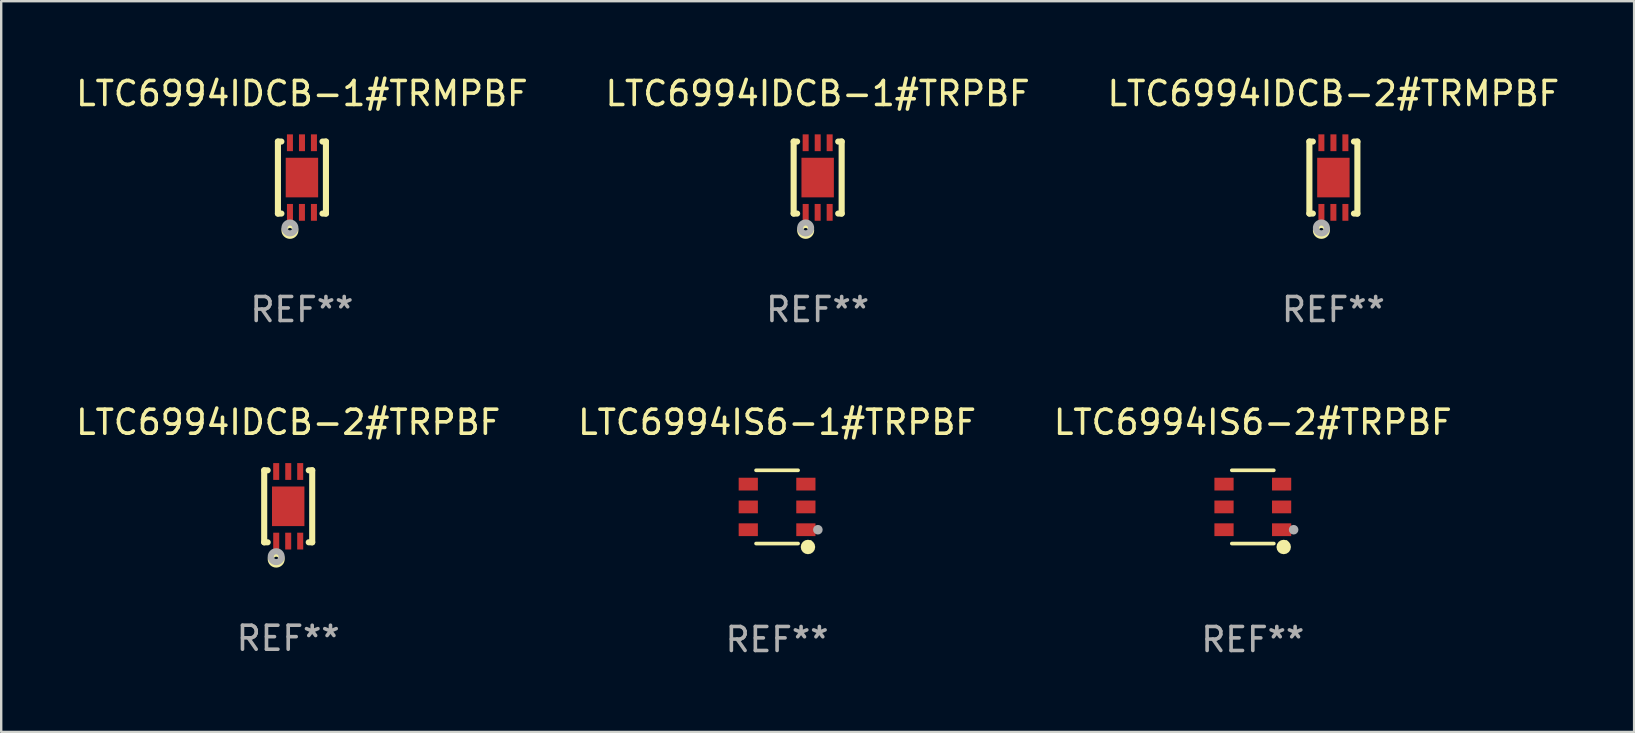
<source format=kicad_pcb>
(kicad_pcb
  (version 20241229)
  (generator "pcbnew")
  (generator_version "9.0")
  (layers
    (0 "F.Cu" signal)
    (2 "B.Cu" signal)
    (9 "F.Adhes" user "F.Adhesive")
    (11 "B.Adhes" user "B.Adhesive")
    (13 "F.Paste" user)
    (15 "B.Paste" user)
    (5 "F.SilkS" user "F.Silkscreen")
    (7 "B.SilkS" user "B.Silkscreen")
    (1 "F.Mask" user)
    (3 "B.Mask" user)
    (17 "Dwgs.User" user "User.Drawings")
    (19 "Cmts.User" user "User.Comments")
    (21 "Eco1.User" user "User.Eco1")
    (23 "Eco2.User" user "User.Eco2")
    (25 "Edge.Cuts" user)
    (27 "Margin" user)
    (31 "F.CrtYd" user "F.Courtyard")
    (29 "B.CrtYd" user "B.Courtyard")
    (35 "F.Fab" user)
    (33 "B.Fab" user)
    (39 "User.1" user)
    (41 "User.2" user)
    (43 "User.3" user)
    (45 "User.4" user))
  (footprint "LTC6994IDCB-1#TRPBF"
    (layer "F.Cu")
    (at 31.018 4.348)
    (property "Reference" "LTC6994IDCB-1#TRPBF" (at 0 -3.5 0) (layer "F.SilkS") (effects (font (size 1 1) (thickness 0.15))))
    (attr through_hole)
    (fp_line (start -1 1.5) (end -1 -1.5) (stroke (width 0.254) (type solid)) (layer "F.SilkS"))
    (fp_line (start -0.856 -1.5) (end -1 -1.5) (stroke (width 0.254) (type solid)) (layer "F.SilkS"))
    (fp_line (start -0.855 1.5) (end -1 1.5) (stroke (width 0.254) (type solid)) (layer "F.SilkS"))
    (fp_line (start 1 -1.5) (end 0.856 -1.5) (stroke (width 0.254) (type solid)) (layer "F.SilkS"))
    (fp_line (start 1 1.5) (end 0.856 1.5) (stroke (width 0.254) (type solid)) (layer "F.SilkS"))
    (fp_line (start 1 1.5) (end 1 -1.5) (stroke (width 0.254) (type solid)) (layer "F.SilkS"))
    (fp_circle (center -1 1.5) (end -0.97 1.5) (stroke (width 0.06) (type solid)) (fill no) (layer "F.SilkS"))
    (fp_circle (center -0.5 2.2) (end -0.4 2.2) (stroke (width 0.254) (type solid)) (fill no) (layer "F.SilkS"))
    (fp_circle (center -0.5 2.1) (end -0.4 2.1) (stroke (width 0.254) (type solid)) (fill no) (layer "F.Fab"))
    (fp_text user "REF**" (at 0 5.5 0) (layer "F.Fab") (effects (font (size 1 1) (thickness 0.15))))
    (pad "1" smd rect (at -0.499 1.45 180) (size 0.25 0.7) (layers "F.Cu" "F.Mask" "F.Paste"))
    (pad "2" smd rect (at 0.000025 1.45 180) (size 0.25 0.7) (layers "F.Cu" "F.Mask" "F.Paste"))
    (pad "3" smd rect (at 0.5 1.45 180) (size 0.25 0.7) (layers "F.Cu" "F.Mask" "F.Paste"))
    (pad "4" smd rect (at 0.5 -1.45 180) (size 0.25 0.7) (layers "F.Cu" "F.Mask" "F.Paste"))
    (pad "5" smd rect (at 0.002 -1.45 180) (size 0.25 0.7) (layers "F.Cu" "F.Mask" "F.Paste"))
    (pad "6" smd rect (at -0.5 -1.45 180) (size 0.25 0.7) (layers "F.Cu" "F.Mask" "F.Paste"))
    (pad "7" smd rect (at 0.000025 0.000038 180) (size 1.35 1.65) (layers "F.Cu" "F.Mask" "F.Paste")))
  (footprint "LTC6994IDCB-2#TRMPBF"
    (layer "F.Cu")
    (at 52.506 4.348)
    (property "Reference" "LTC6994IDCB-2#TRMPBF" (at 0 -3.5 0) (layer "F.SilkS") (effects (font (size 1 1) (thickness 0.15))))
    (attr through_hole)
    (fp_line (start -1 1.5) (end -1 -1.5) (stroke (width 0.254) (type solid)) (layer "F.SilkS"))
    (fp_line (start -0.856 -1.5) (end -1 -1.5) (stroke (width 0.254) (type solid)) (layer "F.SilkS"))
    (fp_line (start -0.855 1.5) (end -1 1.5) (stroke (width 0.254) (type solid)) (layer "F.SilkS"))
    (fp_line (start 1 -1.5) (end 0.856 -1.5) (stroke (width 0.254) (type solid)) (layer "F.SilkS"))
    (fp_line (start 1 1.5) (end 0.856 1.5) (stroke (width 0.254) (type solid)) (layer "F.SilkS"))
    (fp_line (start 1 1.5) (end 1 -1.5) (stroke (width 0.254) (type solid)) (layer "F.SilkS"))
    (fp_circle (center -1 1.5) (end -0.97 1.5) (stroke (width 0.06) (type solid)) (fill no) (layer "F.SilkS"))
    (fp_circle (center -0.5 2.2) (end -0.4 2.2) (stroke (width 0.254) (type solid)) (fill no) (layer "F.SilkS"))
    (fp_circle (center -0.5 2.1) (end -0.4 2.1) (stroke (width 0.254) (type solid)) (fill no) (layer "F.Fab"))
    (fp_text user "REF**" (at 0 5.5 0) (layer "F.Fab") (effects (font (size 1 1) (thickness 0.15))))
    (pad "1" smd rect (at -0.499 1.45 180) (size 0.25 0.7) (layers "F.Cu" "F.Mask" "F.Paste"))
    (pad "2" smd rect (at 0.000025 1.45 180) (size 0.25 0.7) (layers "F.Cu" "F.Mask" "F.Paste"))
    (pad "3" smd rect (at 0.5 1.45 180) (size 0.25 0.7) (layers "F.Cu" "F.Mask" "F.Paste"))
    (pad "4" smd rect (at 0.5 -1.45 180) (size 0.25 0.7) (layers "F.Cu" "F.Mask" "F.Paste"))
    (pad "5" smd rect (at 0.002 -1.45 180) (size 0.25 0.7) (layers "F.Cu" "F.Mask" "F.Paste"))
    (pad "6" smd rect (at -0.5 -1.45 180) (size 0.25 0.7) (layers "F.Cu" "F.Mask" "F.Paste"))
    (pad "7" smd rect (at 0.000025 0.000038 180) (size 1.35 1.65) (layers "F.Cu" "F.Mask" "F.Paste")))
  (footprint "LTC6994IDCB-2#TRPBF"
    (layer "F.Cu")
    (at 8.958 18.045)
    (property "Reference" "LTC6994IDCB-2#TRPBF" (at 0 -3.5 0) (layer "F.SilkS") (effects (font (size 1 1) (thickness 0.15))))
    (attr through_hole)
    (fp_line (start -1 1.5) (end -1 -1.5) (stroke (width 0.254) (type solid)) (layer "F.SilkS"))
    (fp_line (start -0.856 -1.5) (end -1 -1.5) (stroke (width 0.254) (type solid)) (layer "F.SilkS"))
    (fp_line (start -0.855 1.5) (end -1 1.5) (stroke (width 0.254) (type solid)) (layer "F.SilkS"))
    (fp_line (start 1 -1.5) (end 0.856 -1.5) (stroke (width 0.254) (type solid)) (layer "F.SilkS"))
    (fp_line (start 1 1.5) (end 0.856 1.5) (stroke (width 0.254) (type solid)) (layer "F.SilkS"))
    (fp_line (start 1 1.5) (end 1 -1.5) (stroke (width 0.254) (type solid)) (layer "F.SilkS"))
    (fp_circle (center -1 1.5) (end -0.97 1.5) (stroke (width 0.06) (type solid)) (fill no) (layer "F.SilkS"))
    (fp_circle (center -0.5 2.2) (end -0.4 2.2) (stroke (width 0.254) (type solid)) (fill no) (layer "F.SilkS"))
    (fp_circle (center -0.5 2.1) (end -0.4 2.1) (stroke (width 0.254) (type solid)) (fill no) (layer "F.Fab"))
    (fp_text user "REF**" (at 0 5.5 0) (layer "F.Fab") (effects (font (size 1 1) (thickness 0.15))))
    (pad "1" smd rect (at -0.499 1.45 180) (size 0.25 0.7) (layers "F.Cu" "F.Mask" "F.Paste"))
    (pad "2" smd rect (at 0.000025 1.45 180) (size 0.25 0.7) (layers "F.Cu" "F.Mask" "F.Paste"))
    (pad "3" smd rect (at 0.5 1.45 180) (size 0.25 0.7) (layers "F.Cu" "F.Mask" "F.Paste"))
    (pad "4" smd rect (at 0.5 -1.45 180) (size 0.25 0.7) (layers "F.Cu" "F.Mask" "F.Paste"))
    (pad "5" smd rect (at 0.002 -1.45 180) (size 0.25 0.7) (layers "F.Cu" "F.Mask" "F.Paste"))
    (pad "6" smd rect (at -0.5 -1.45 180) (size 0.25 0.7) (layers "F.Cu" "F.Mask" "F.Paste"))
    (pad "7" smd rect (at 0.000025 0.000038 180) (size 1.35 1.65) (layers "F.Cu" "F.Mask" "F.Paste")))
  (footprint "LTC6994IS6-2#TRPBF"
    (layer "F.Cu")
    (at 49.149 18.071)
    (property "Reference" "LTC6994IS6-2#TRPBF" (at 0 -3.526 0) (layer "F.SilkS") (effects (font (size 1 1) (thickness 0.15))))
    (attr through_hole)
    (fp_line (start 0.876 -1.526) (end -0.876 -1.526) (stroke (width 0.152) (type solid)) (layer "F.SilkS"))
    (fp_line (start 0.876 1.526) (end -0.876 1.526) (stroke (width 0.152) (type solid)) (layer "F.SilkS"))
    (fp_circle (center 1.287 1.669) (end 1.438 1.669) (stroke (width 0.3) (type solid)) (fill no) (layer "F.SilkS"))
    (fp_circle (center 1.4 1.45) (end 1.43 1.45) (stroke (width 0.06) (type solid)) (fill no) (layer "F.SilkS"))
    (fp_circle (center 1.7 0.95) (end 1.8 0.95) (stroke (width 0.2) (type solid)) (fill no) (layer "F.Fab"))
    (fp_text user "REF**" (at 0 5.526 0) (layer "F.Fab") (effects (font (size 1 1) (thickness 0.15))))
    (pad "1" smd rect (at 1.2 0.95) (size 0.8 0.532) (layers "F.Cu" "F.Mask" "F.Paste"))
    (pad "2" smd rect (at 1.2 0) (size 0.8 0.532) (layers "F.Cu" "F.Mask" "F.Paste"))
    (pad "3" smd rect (at 1.2 -0.95) (size 0.8 0.532) (layers "F.Cu" "F.Mask" "F.Paste"))
    (pad "4" smd rect (at -1.2 -0.95) (size 0.8 0.532) (layers "F.Cu" "F.Mask" "F.Paste"))
    (pad "5" smd rect (at -1.2 0) (size 0.8 0.532) (layers "F.Cu" "F.Mask" "F.Paste"))
    (pad "6" smd rect (at -1.2 0.95) (size 0.8 0.532) (layers "F.Cu" "F.Mask" "F.Paste")))
  (footprint "LTC6994IDCB-1#TRMPBF"
    (layer "F.Cu")
    (at 9.53 4.348)
    (property "Reference" "LTC6994IDCB-1#TRMPBF" (at 0 -3.5 0) (layer "F.SilkS") (effects (font (size 1 1) (thickness 0.15))))
    (attr through_hole)
    (fp_line (start -1 1.5) (end -1 -1.5) (stroke (width 0.254) (type solid)) (layer "F.SilkS"))
    (fp_line (start -0.856 -1.5) (end -1 -1.5) (stroke (width 0.254) (type solid)) (layer "F.SilkS"))
    (fp_line (start -0.855 1.5) (end -1 1.5) (stroke (width 0.254) (type solid)) (layer "F.SilkS"))
    (fp_line (start 1 -1.5) (end 0.856 -1.5) (stroke (width 0.254) (type solid)) (layer "F.SilkS"))
    (fp_line (start 1 1.5) (end 0.856 1.5) (stroke (width 0.254) (type solid)) (layer "F.SilkS"))
    (fp_line (start 1 1.5) (end 1 -1.5) (stroke (width 0.254) (type solid)) (layer "F.SilkS"))
    (fp_circle (center -1 1.5) (end -0.97 1.5) (stroke (width 0.06) (type solid)) (fill no) (layer "F.SilkS"))
    (fp_circle (center -0.5 2.2) (end -0.4 2.2) (stroke (width 0.254) (type solid)) (fill no) (layer "F.SilkS"))
    (fp_circle (center -0.5 2.1) (end -0.4 2.1) (stroke (width 0.254) (type solid)) (fill no) (layer "F.Fab"))
    (fp_text user "REF**" (at 0 5.5 0) (layer "F.Fab") (effects (font (size 1 1) (thickness 0.15))))
    (pad "1" smd rect (at -0.499 1.45 180) (size 0.25 0.7) (layers "F.Cu" "F.Mask" "F.Paste"))
    (pad "2" smd rect (at 0.000025 1.45 180) (size 0.25 0.7) (layers "F.Cu" "F.Mask" "F.Paste"))
    (pad "3" smd rect (at 0.5 1.45 180) (size 0.25 0.7) (layers "F.Cu" "F.Mask" "F.Paste"))
    (pad "4" smd rect (at 0.5 -1.45 180) (size 0.25 0.7) (layers "F.Cu" "F.Mask" "F.Paste"))
    (pad "5" smd rect (at 0.002 -1.45 180) (size 0.25 0.7) (layers "F.Cu" "F.Mask" "F.Paste"))
    (pad "6" smd rect (at -0.5 -1.45 180) (size 0.25 0.7) (layers "F.Cu" "F.Mask" "F.Paste"))
    (pad "7" smd rect (at 0.000025 0.000038 180) (size 1.35 1.65) (layers "F.Cu" "F.Mask" "F.Paste")))
  (footprint "LTC6994IS6-1#TRPBF"
    (layer "F.Cu")
    (at 29.327 18.071)
    (property "Reference" "LTC6994IS6-1#TRPBF" (at 0 -3.526 0) (layer "F.SilkS") (effects (font (size 1 1) (thickness 0.15))))
    (attr through_hole)
    (fp_line (start 0.876 -1.526) (end -0.876 -1.526) (stroke (width 0.152) (type solid)) (layer "F.SilkS"))
    (fp_line (start 0.876 1.526) (end -0.876 1.526) (stroke (width 0.152) (type solid)) (layer "F.SilkS"))
    (fp_circle (center 1.287 1.669) (end 1.438 1.669) (stroke (width 0.3) (type solid)) (fill no) (layer "F.SilkS"))
    (fp_circle (center 1.4 1.45) (end 1.43 1.45) (stroke (width 0.06) (type solid)) (fill no) (layer "F.SilkS"))
    (fp_circle (center 1.7 0.95) (end 1.8 0.95) (stroke (width 0.2) (type solid)) (fill no) (layer "F.Fab"))
    (fp_text user "REF**" (at 0 5.526 0) (layer "F.Fab") (effects (font (size 1 1) (thickness 0.15))))
    (pad "1" smd rect (at 1.2 0.95) (size 0.8 0.532) (layers "F.Cu" "F.Mask" "F.Paste"))
    (pad "2" smd rect (at 1.2 0) (size 0.8 0.532) (layers "F.Cu" "F.Mask" "F.Paste"))
    (pad "3" smd rect (at 1.2 -0.95) (size 0.8 0.532) (layers "F.Cu" "F.Mask" "F.Paste"))
    (pad "4" smd rect (at -1.2 -0.95) (size 0.8 0.532) (layers "F.Cu" "F.Mask" "F.Paste"))
    (pad "5" smd rect (at -1.2 0) (size 0.8 0.532) (layers "F.Cu" "F.Mask" "F.Paste"))
    (pad "6" smd rect (at -1.2 0.95) (size 0.8 0.532) (layers "F.Cu" "F.Mask" "F.Paste")))
  (gr_rect
    (start -3 -3)
    (end 65.036 27.445)
    (stroke (width 0.1) (type default))
    (fill no)
    (layer "Edge.Cuts")))
</source>
